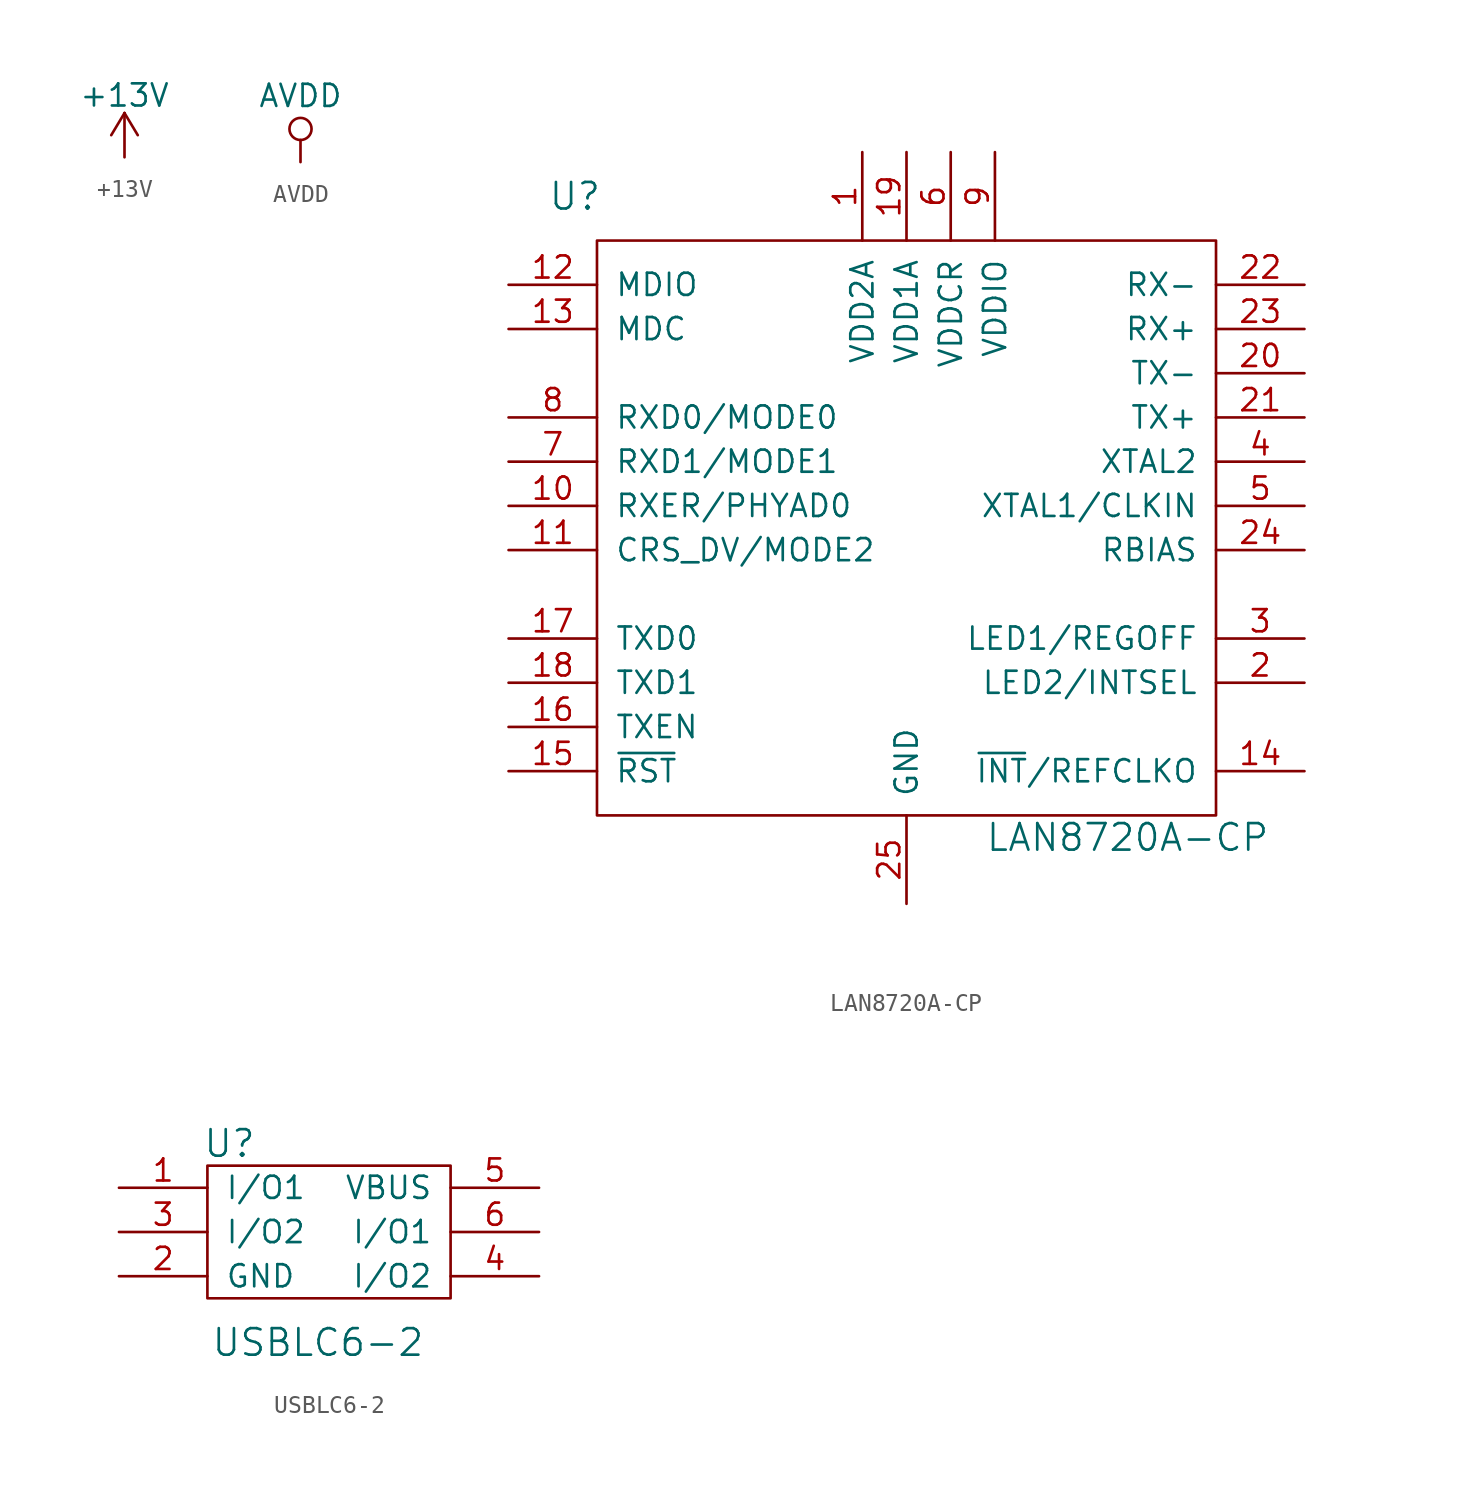
<source format=kicad_sym>
(kicad_symbol_lib
  (version 20211014)
  (generator kicad_symbol_editor)
  (symbol "+13V"
    (power)
    (pin_names
      (offset 0))
    (property "Reference" "#PWR"
      (at 0 -3.81 0)
      (effects (font (size 1.27 1.27)) hide))
    (property "Value" "+13V"
      (at 0 3.556 0)
      (effects (font (size 1.27 1.27))))
    (property "Footprint" ""
      (at 0 0 0)
      (effects (font (size 1.27 1.27))))
    (property "Datasheet" ""
      (at 0 0 0)
      (effects (font (size 1.27 1.27))))
    (symbol "+13V_0_1"
      (polyline (pts (xy -0.762 1.27) (xy 0 2.54)) (stroke (width 0) (type default) (color 0 0 0 0)) (fill (type none)))
      (polyline (pts (xy 0 0) (xy 0 2.54)) (stroke (width 0) (type default) (color 0 0 0 0)) (fill (type none)))
      (polyline (pts (xy 0 2.54) (xy 0.762 1.27)) (stroke (width 0) (type default) (color 0 0 0 0)) (fill (type none))))
    (symbol "+13V_1_1"
      (pin power_in line (at 0 0 90) (length 0) hide (name "+13V" (effects (font (size 1.27 1.27)))) (number "1" (effects (font (size 1.27 1.27)))))))
  (symbol "AVDD"
    (power)
    (pin_names
      (offset 0))
    (property "Reference" "#PWR"
      (at 0 -3.81 0)
      (effects (font (size 1.27 1.27)) hide))
    (property "Value" "AVDD"
      (at 0 3.81 0)
      (effects (font (size 1.27 1.27))))
    (property "Footprint" ""
      (at 0 0 0)
      (effects (font (size 1.27 1.27))))
    (property "Datasheet" ""
      (at 0 0 0)
      (effects (font (size 1.27 1.27))))
    (symbol "AVDD_0_1"
      (polyline (pts (xy 0 0) (xy 0 1.27)) (stroke (width 0) (type default) (color 0 0 0 0)) (fill (type none)))
      (circle (center 0 1.905) (radius 0.635) (stroke (width 0) (type default) (color 0 0 0 0)) (fill (type none))))
    (symbol "AVDD_1_1"
      (pin power_in line (at 0 0 90) (length 0) hide (name "AVDD" (effects (font (size 1.27 1.27)))) (number "1" (effects (font (size 1.27 1.27)))))))
  (symbol "LAN8720A-CP"
    (pin_names
      (offset 1.016))
    (property "Reference" "U"
      (at -19.05 17.78 0)
      (effects (font (size 1.524 1.524))))
    (property "Value" "LAN8720A-CP"
      (at 12.7 -19.05 0)
      (effects (font (size 1.524 1.524))))
    (symbol "LAN8720A-CP_0_1"
      (rectangle (start -17.78 15.24) (end 17.78 -17.78) (stroke (width 0) (type default) (color 0 0 0 0)) (fill (type none))))
    (symbol "LAN8720A-CP_1_1"
      (pin power_in line (at -2.54 20.32 270) (length 5.08) (name "VDD2A" (effects (font (size 1.27 1.27)))) (number "1" (effects (font (size 1.27 1.27)))))
      (pin bidirectional line (at -22.86 0 0) (length 5.08) (name "RXER/PHYAD0" (effects (font (size 1.27 1.27)))) (number "10" (effects (font (size 1.27 1.27)))))
      (pin bidirectional line (at -22.86 -2.54 0) (length 5.08) (name "CRS_DV/MODE2" (effects (font (size 1.27 1.27)))) (number "11" (effects (font (size 1.27 1.27)))))
      (pin bidirectional line (at -22.86 12.7 0) (length 5.08) (name "MDIO" (effects (font (size 1.27 1.27)))) (number "12" (effects (font (size 1.27 1.27)))))
      (pin input line (at -22.86 10.16 0) (length 5.08) (name "MDC" (effects (font (size 1.27 1.27)))) (number "13" (effects (font (size 1.27 1.27)))))
      (pin bidirectional line (at 22.86 -15.24 180) (length 5.08) (name "~{INT}/REFCLKO" (effects (font (size 1.27 1.27)))) (number "14" (effects (font (size 1.27 1.27)))))
      (pin input line (at -22.86 -15.24 0) (length 5.08) (name "~{RST}" (effects (font (size 1.27 1.27)))) (number "15" (effects (font (size 1.27 1.27)))))
      (pin input line (at -22.86 -12.7 0) (length 5.08) (name "TXEN" (effects (font (size 1.27 1.27)))) (number "16" (effects (font (size 1.27 1.27)))))
      (pin input line (at -22.86 -7.62 0) (length 5.08) (name "TXD0" (effects (font (size 1.27 1.27)))) (number "17" (effects (font (size 1.27 1.27)))))
      (pin input line (at -22.86 -10.16 0) (length 5.08) (name "TXD1" (effects (font (size 1.27 1.27)))) (number "18" (effects (font (size 1.27 1.27)))))
      (pin power_in line (at 0 20.32 270) (length 5.08) (name "VDD1A" (effects (font (size 1.27 1.27)))) (number "19" (effects (font (size 1.27 1.27)))))
      (pin bidirectional line (at 22.86 -10.16 180) (length 5.08) (name "LED2/INTSEL" (effects (font (size 1.27 1.27)))) (number "2" (effects (font (size 1.27 1.27)))))
      (pin bidirectional line (at 22.86 7.62 180) (length 5.08) (name "TX-" (effects (font (size 1.27 1.27)))) (number "20" (effects (font (size 1.27 1.27)))))
      (pin bidirectional line (at 22.86 5.08 180) (length 5.08) (name "TX+" (effects (font (size 1.27 1.27)))) (number "21" (effects (font (size 1.27 1.27)))))
      (pin bidirectional line (at 22.86 12.7 180) (length 5.08) (name "RX-" (effects (font (size 1.27 1.27)))) (number "22" (effects (font (size 1.27 1.27)))))
      (pin bidirectional line (at 22.86 10.16 180) (length 5.08) (name "RX+" (effects (font (size 1.27 1.27)))) (number "23" (effects (font (size 1.27 1.27)))))
      (pin passive line (at 22.86 -2.54 180) (length 5.08) (name "RBIAS" (effects (font (size 1.27 1.27)))) (number "24" (effects (font (size 1.27 1.27)))))
      (pin power_in line (at 0 -22.86 90) (length 5.08) (name "GND" (effects (font (size 1.27 1.27)))) (number "25" (effects (font (size 1.27 1.27)))))
      (pin bidirectional line (at 22.86 -7.62 180) (length 5.08) (name "LED1/REGOFF" (effects (font (size 1.27 1.27)))) (number "3" (effects (font (size 1.27 1.27)))))
      (pin output line (at 22.86 2.54 180) (length 5.08) (name "XTAL2" (effects (font (size 1.27 1.27)))) (number "4" (effects (font (size 1.27 1.27)))))
      (pin input line (at 22.86 0 180) (length 5.08) (name "XTAL1/CLKIN" (effects (font (size 1.27 1.27)))) (number "5" (effects (font (size 1.27 1.27)))))
      (pin passive line (at 2.54 20.32 270) (length 5.08) (name "VDDCR" (effects (font (size 1.27 1.27)))) (number "6" (effects (font (size 1.27 1.27)))))
      (pin bidirectional line (at -22.86 2.54 0) (length 5.08) (name "RXD1/MODE1" (effects (font (size 1.27 1.27)))) (number "7" (effects (font (size 1.27 1.27)))))
      (pin bidirectional line (at -22.86 5.08 0) (length 5.08) (name "RXD0/MODE0" (effects (font (size 1.27 1.27)))) (number "8" (effects (font (size 1.27 1.27)))))
      (pin power_in line (at 5.08 20.32 270) (length 5.08) (name "VDDIO" (effects (font (size 1.27 1.27)))) (number "9" (effects (font (size 1.27 1.27)))))))
  (symbol "USBLC6-2"
    (pin_names
      (offset 1.016))
    (property "Reference" "U"
      (at -5.08 5.08 0)
      (effects (font (size 1.524 1.524))))
    (property "Value" "USBLC6-2"
      (at 0 -6.35 0)
      (effects (font (size 1.524 1.524))))
    (property "Footprint" ""
      (at 0 0 0)
      (effects (font (size 1.524 1.524))))
    (property "Datasheet" ""
      (at 0 0 0)
      (effects (font (size 1.524 1.524))))
    (symbol "USBLC6-2_0_1"
      (rectangle (start -6.35 3.81) (end 7.62 -3.81) (stroke (width 0) (type default) (color 0 0 0 0)) (fill (type none))))
    (symbol "USBLC6-2_1_1"
      (pin passive line (at -11.43 2.54 0) (length 5.08) (name "I/O1" (effects (font (size 1.27 1.27)))) (number "1" (effects (font (size 1.27 1.27)))))
      (pin passive line (at -11.43 -2.54 0) (length 5.08) (name "GND" (effects (font (size 1.27 1.27)))) (number "2" (effects (font (size 1.27 1.27)))))
      (pin passive line (at -11.43 0 0) (length 5.08) (name "I/O2" (effects (font (size 1.27 1.27)))) (number "3" (effects (font (size 1.27 1.27)))))
      (pin passive line (at 12.7 -2.54 180) (length 5.08) (name "I/O2" (effects (font (size 1.27 1.27)))) (number "4" (effects (font (size 1.27 1.27)))))
      (pin passive line (at 12.7 2.54 180) (length 5.08) (name "VBUS" (effects (font (size 1.27 1.27)))) (number "5" (effects (font (size 1.27 1.27)))))
      (pin passive line (at 12.7 0 180) (length 5.08) (name "I/O1" (effects (font (size 1.27 1.27)))) (number "6" (effects (font (size 1.27 1.27))))))))
</source>
